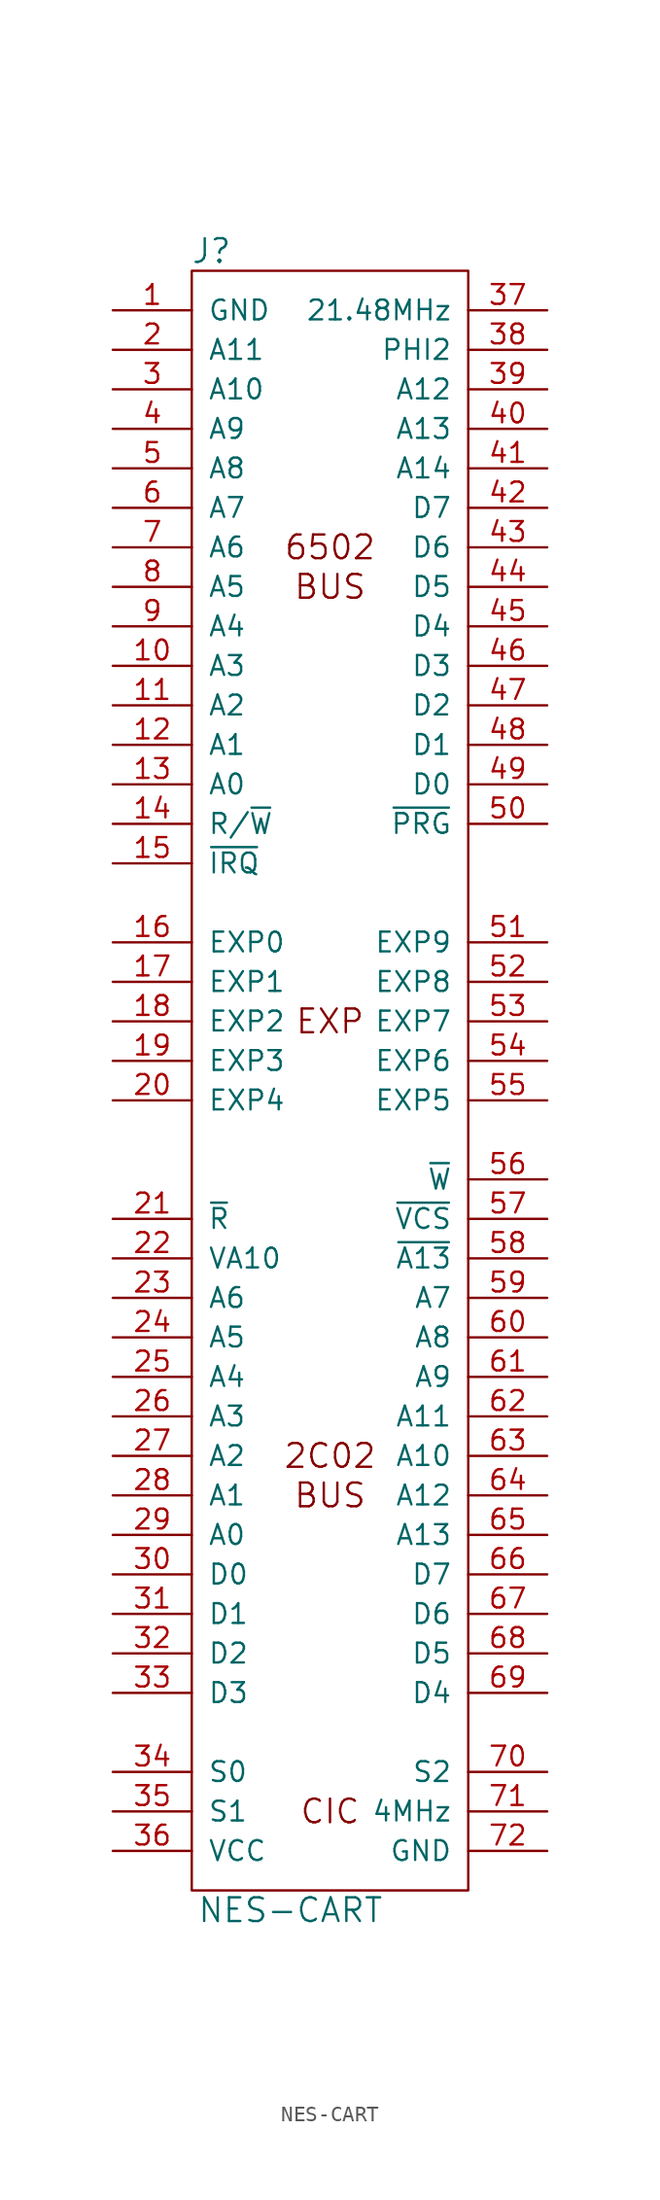
<source format=kicad_sym>
(kicad_symbol_lib
  (version 20231120)
  (generator "kicad_symbol_editor")
  (generator_version "8.0")
  (symbol "NES-CART"
    (pin_names
      (offset 1.016))
    (property "Reference" "J"
      (at -7.62 52.07 0)
      (effects (font (size 1.524 1.524))))
    (property "Value" "NES-CART"
      (at -2.54 -54.61 0)
      (effects (font (size 1.524 1.524))))
    (property "Footprint" ""
      (at 0 5.08 0)
      (effects (font (size 1.524 1.524))))
    (property "Datasheet" ""
      (at 0 5.08 0)
      (effects (font (size 1.524 1.524))))
    (symbol "NES-CART_0_0"
      (text "2C02" (at 0 -25.4 0) (effects (font (size 1.524 1.524))))
      (text "6502" (at 0 33.02 0) (effects (font (size 1.524 1.524))))
      (text "BUS" (at 0 -27.94 0) (effects (font (size 1.524 1.524))))
      (text "BUS" (at 0 30.48 0) (effects (font (size 1.524 1.524))))
      (text "CIC" (at 0 -48.26 0) (effects (font (size 1.524 1.524))))
      (text "EXP" (at 0 2.54 0) (effects (font (size 1.524 1.524)))))
    (symbol "NES-CART_0_1"
      (rectangle (start -8.89 50.8) (end 8.89 -53.34) (stroke (width 0) (type default)) (fill (type none))))
    (symbol "NES-CART_1_1"
      (pin power_in line (at -13.97 48.26 0) (length 5.08) (name "GND" (effects (font (size 1.27 1.27)))) (number "1" (effects (font (size 1.27 1.27)))))
      (pin output line (at -13.97 25.4 0) (length 5.08) (name "A3" (effects (font (size 1.27 1.27)))) (number "10" (effects (font (size 1.27 1.27)))))
      (pin output line (at -13.97 22.86 0) (length 5.08) (name "A2" (effects (font (size 1.27 1.27)))) (number "11" (effects (font (size 1.27 1.27)))))
      (pin output line (at -13.97 20.32 0) (length 5.08) (name "A1" (effects (font (size 1.27 1.27)))) (number "12" (effects (font (size 1.27 1.27)))))
      (pin output line (at -13.97 17.78 0) (length 5.08) (name "A0" (effects (font (size 1.27 1.27)))) (number "13" (effects (font (size 1.27 1.27)))))
      (pin output line (at -13.97 15.24 0) (length 5.08) (name "R/~{W}" (effects (font (size 1.27 1.27)))) (number "14" (effects (font (size 1.27 1.27)))))
      (pin input line (at -13.97 12.7 0) (length 5.08) (name "~{IRQ}" (effects (font (size 1.27 1.27)))) (number "15" (effects (font (size 1.27 1.27)))))
      (pin unspecified line (at -13.97 7.62 0) (length 5.08) (name "EXP0" (effects (font (size 1.27 1.27)))) (number "16" (effects (font (size 1.27 1.27)))))
      (pin unspecified line (at -13.97 5.08 0) (length 5.08) (name "EXP1" (effects (font (size 1.27 1.27)))) (number "17" (effects (font (size 1.27 1.27)))))
      (pin unspecified line (at -13.97 2.54 0) (length 5.08) (name "EXP2" (effects (font (size 1.27 1.27)))) (number "18" (effects (font (size 1.27 1.27)))))
      (pin unspecified line (at -13.97 0 0) (length 5.08) (name "EXP3" (effects (font (size 1.27 1.27)))) (number "19" (effects (font (size 1.27 1.27)))))
      (pin output line (at -13.97 45.72 0) (length 5.08) (name "A11" (effects (font (size 1.27 1.27)))) (number "2" (effects (font (size 1.27 1.27)))))
      (pin unspecified line (at -13.97 -2.54 0) (length 5.08) (name "EXP4" (effects (font (size 1.27 1.27)))) (number "20" (effects (font (size 1.27 1.27)))))
      (pin output line (at -13.97 -10.16 0) (length 5.08) (name "~{R}" (effects (font (size 1.27 1.27)))) (number "21" (effects (font (size 1.27 1.27)))))
      (pin input line (at -13.97 -12.7 0) (length 5.08) (name "VA10" (effects (font (size 1.27 1.27)))) (number "22" (effects (font (size 1.27 1.27)))))
      (pin output line (at -13.97 -15.24 0) (length 5.08) (name "A6" (effects (font (size 1.27 1.27)))) (number "23" (effects (font (size 1.27 1.27)))))
      (pin output line (at -13.97 -17.78 0) (length 5.08) (name "A5" (effects (font (size 1.27 1.27)))) (number "24" (effects (font (size 1.27 1.27)))))
      (pin output line (at -13.97 -20.32 0) (length 5.08) (name "A4" (effects (font (size 1.27 1.27)))) (number "25" (effects (font (size 1.27 1.27)))))
      (pin output line (at -13.97 -22.86 0) (length 5.08) (name "A3" (effects (font (size 1.27 1.27)))) (number "26" (effects (font (size 1.27 1.27)))))
      (pin output line (at -13.97 -25.4 0) (length 5.08) (name "A2" (effects (font (size 1.27 1.27)))) (number "27" (effects (font (size 1.27 1.27)))))
      (pin output line (at -13.97 -27.94 0) (length 5.08) (name "A1" (effects (font (size 1.27 1.27)))) (number "28" (effects (font (size 1.27 1.27)))))
      (pin output line (at -13.97 -30.48 0) (length 5.08) (name "A0" (effects (font (size 1.27 1.27)))) (number "29" (effects (font (size 1.27 1.27)))))
      (pin output line (at -13.97 43.18 0) (length 5.08) (name "A10" (effects (font (size 1.27 1.27)))) (number "3" (effects (font (size 1.27 1.27)))))
      (pin tri_state line (at -13.97 -33.02 0) (length 5.08) (name "D0" (effects (font (size 1.27 1.27)))) (number "30" (effects (font (size 1.27 1.27)))))
      (pin tri_state line (at -13.97 -35.56 0) (length 5.08) (name "D1" (effects (font (size 1.27 1.27)))) (number "31" (effects (font (size 1.27 1.27)))))
      (pin tri_state line (at -13.97 -38.1 0) (length 5.08) (name "D2" (effects (font (size 1.27 1.27)))) (number "32" (effects (font (size 1.27 1.27)))))
      (pin tri_state line (at -13.97 -40.64 0) (length 5.08) (name "D3" (effects (font (size 1.27 1.27)))) (number "33" (effects (font (size 1.27 1.27)))))
      (pin tri_state line (at -13.97 -45.72 0) (length 5.08) (name "S0" (effects (font (size 1.27 1.27)))) (number "34" (effects (font (size 1.27 1.27)))))
      (pin tri_state line (at -13.97 -48.26 0) (length 5.08) (name "S1" (effects (font (size 1.27 1.27)))) (number "35" (effects (font (size 1.27 1.27)))))
      (pin power_out line (at -13.97 -50.8 0) (length 5.08) (name "VCC" (effects (font (size 1.27 1.27)))) (number "36" (effects (font (size 1.27 1.27)))))
      (pin output line (at 13.97 48.26 180) (length 5.08) (name "21.48MHz" (effects (font (size 1.27 1.27)))) (number "37" (effects (font (size 1.27 1.27)))))
      (pin output line (at 13.97 45.72 180) (length 5.08) (name "PHI2" (effects (font (size 1.27 1.27)))) (number "38" (effects (font (size 1.27 1.27)))))
      (pin output line (at 13.97 43.18 180) (length 5.08) (name "A12" (effects (font (size 1.27 1.27)))) (number "39" (effects (font (size 1.27 1.27)))))
      (pin output line (at -13.97 40.64 0) (length 5.08) (name "A9" (effects (font (size 1.27 1.27)))) (number "4" (effects (font (size 1.27 1.27)))))
      (pin output line (at 13.97 40.64 180) (length 5.08) (name "A13" (effects (font (size 1.27 1.27)))) (number "40" (effects (font (size 1.27 1.27)))))
      (pin output line (at 13.97 38.1 180) (length 5.08) (name "A14" (effects (font (size 1.27 1.27)))) (number "41" (effects (font (size 1.27 1.27)))))
      (pin tri_state line (at 13.97 35.56 180) (length 5.08) (name "D7" (effects (font (size 1.27 1.27)))) (number "42" (effects (font (size 1.27 1.27)))))
      (pin tri_state line (at 13.97 33.02 180) (length 5.08) (name "D6" (effects (font (size 1.27 1.27)))) (number "43" (effects (font (size 1.27 1.27)))))
      (pin tri_state line (at 13.97 30.48 180) (length 5.08) (name "D5" (effects (font (size 1.27 1.27)))) (number "44" (effects (font (size 1.27 1.27)))))
      (pin tri_state line (at 13.97 27.94 180) (length 5.08) (name "D4" (effects (font (size 1.27 1.27)))) (number "45" (effects (font (size 1.27 1.27)))))
      (pin tri_state line (at 13.97 25.4 180) (length 5.08) (name "D3" (effects (font (size 1.27 1.27)))) (number "46" (effects (font (size 1.27 1.27)))))
      (pin tri_state line (at 13.97 22.86 180) (length 5.08) (name "D2" (effects (font (size 1.27 1.27)))) (number "47" (effects (font (size 1.27 1.27)))))
      (pin tri_state line (at 13.97 20.32 180) (length 5.08) (name "D1" (effects (font (size 1.27 1.27)))) (number "48" (effects (font (size 1.27 1.27)))))
      (pin tri_state line (at 13.97 17.78 180) (length 5.08) (name "D0" (effects (font (size 1.27 1.27)))) (number "49" (effects (font (size 1.27 1.27)))))
      (pin output line (at -13.97 38.1 0) (length 5.08) (name "A8" (effects (font (size 1.27 1.27)))) (number "5" (effects (font (size 1.27 1.27)))))
      (pin output line (at 13.97 15.24 180) (length 5.08) (name "~{PRG}" (effects (font (size 1.27 1.27)))) (number "50" (effects (font (size 1.27 1.27)))))
      (pin unspecified line (at 13.97 7.62 180) (length 5.08) (name "EXP9" (effects (font (size 1.27 1.27)))) (number "51" (effects (font (size 1.27 1.27)))))
      (pin unspecified line (at 13.97 5.08 180) (length 5.08) (name "EXP8" (effects (font (size 1.27 1.27)))) (number "52" (effects (font (size 1.27 1.27)))))
      (pin unspecified line (at 13.97 2.54 180) (length 5.08) (name "EXP7" (effects (font (size 1.27 1.27)))) (number "53" (effects (font (size 1.27 1.27)))))
      (pin unspecified line (at 13.97 0 180) (length 5.08) (name "EXP6" (effects (font (size 1.27 1.27)))) (number "54" (effects (font (size 1.27 1.27)))))
      (pin unspecified line (at 13.97 -2.54 180) (length 5.08) (name "EXP5" (effects (font (size 1.27 1.27)))) (number "55" (effects (font (size 1.27 1.27)))))
      (pin output line (at 13.97 -7.62 180) (length 5.08) (name "~{W}" (effects (font (size 1.27 1.27)))) (number "56" (effects (font (size 1.27 1.27)))))
      (pin input line (at 13.97 -10.16 180) (length 5.08) (name "~{VCS}" (effects (font (size 1.27 1.27)))) (number "57" (effects (font (size 1.27 1.27)))))
      (pin output line (at 13.97 -12.7 180) (length 5.08) (name "~{A13}" (effects (font (size 1.27 1.27)))) (number "58" (effects (font (size 1.27 1.27)))))
      (pin output line (at 13.97 -15.24 180) (length 5.08) (name "A7" (effects (font (size 1.27 1.27)))) (number "59" (effects (font (size 1.27 1.27)))))
      (pin output line (at -13.97 35.56 0) (length 5.08) (name "A7" (effects (font (size 1.27 1.27)))) (number "6" (effects (font (size 1.27 1.27)))))
      (pin output line (at 13.97 -17.78 180) (length 5.08) (name "A8" (effects (font (size 1.27 1.27)))) (number "60" (effects (font (size 1.27 1.27)))))
      (pin output line (at 13.97 -20.32 180) (length 5.08) (name "A9" (effects (font (size 1.27 1.27)))) (number "61" (effects (font (size 1.27 1.27)))))
      (pin output line (at 13.97 -22.86 180) (length 5.08) (name "A11" (effects (font (size 1.27 1.27)))) (number "62" (effects (font (size 1.27 1.27)))))
      (pin output line (at 13.97 -25.4 180) (length 5.08) (name "A10" (effects (font (size 1.27 1.27)))) (number "63" (effects (font (size 1.27 1.27)))))
      (pin output line (at 13.97 -27.94 180) (length 5.08) (name "A12" (effects (font (size 1.27 1.27)))) (number "64" (effects (font (size 1.27 1.27)))))
      (pin output line (at 13.97 -30.48 180) (length 5.08) (name "A13" (effects (font (size 1.27 1.27)))) (number "65" (effects (font (size 1.27 1.27)))))
      (pin tri_state line (at 13.97 -33.02 180) (length 5.08) (name "D7" (effects (font (size 1.27 1.27)))) (number "66" (effects (font (size 1.27 1.27)))))
      (pin tri_state line (at 13.97 -35.56 180) (length 5.08) (name "D6" (effects (font (size 1.27 1.27)))) (number "67" (effects (font (size 1.27 1.27)))))
      (pin tri_state line (at 13.97 -38.1 180) (length 5.08) (name "D5" (effects (font (size 1.27 1.27)))) (number "68" (effects (font (size 1.27 1.27)))))
      (pin tri_state line (at 13.97 -40.64 180) (length 5.08) (name "D4" (effects (font (size 1.27 1.27)))) (number "69" (effects (font (size 1.27 1.27)))))
      (pin output line (at -13.97 33.02 0) (length 5.08) (name "A6" (effects (font (size 1.27 1.27)))) (number "7" (effects (font (size 1.27 1.27)))))
      (pin tri_state line (at 13.97 -45.72 180) (length 5.08) (name "S2" (effects (font (size 1.27 1.27)))) (number "70" (effects (font (size 1.27 1.27)))))
      (pin output line (at 13.97 -48.26 180) (length 5.08) (name "4MHz" (effects (font (size 1.27 1.27)))) (number "71" (effects (font (size 1.27 1.27)))))
      (pin power_out line (at 13.97 -50.8 180) (length 5.08) (name "GND" (effects (font (size 1.27 1.27)))) (number "72" (effects (font (size 1.27 1.27)))))
      (pin output line (at -13.97 30.48 0) (length 5.08) (name "A5" (effects (font (size 1.27 1.27)))) (number "8" (effects (font (size 1.27 1.27)))))
      (pin output line (at -13.97 27.94 0) (length 5.08) (name "A4" (effects (font (size 1.27 1.27)))) (number "9" (effects (font (size 1.27 1.27))))))))
</source>
